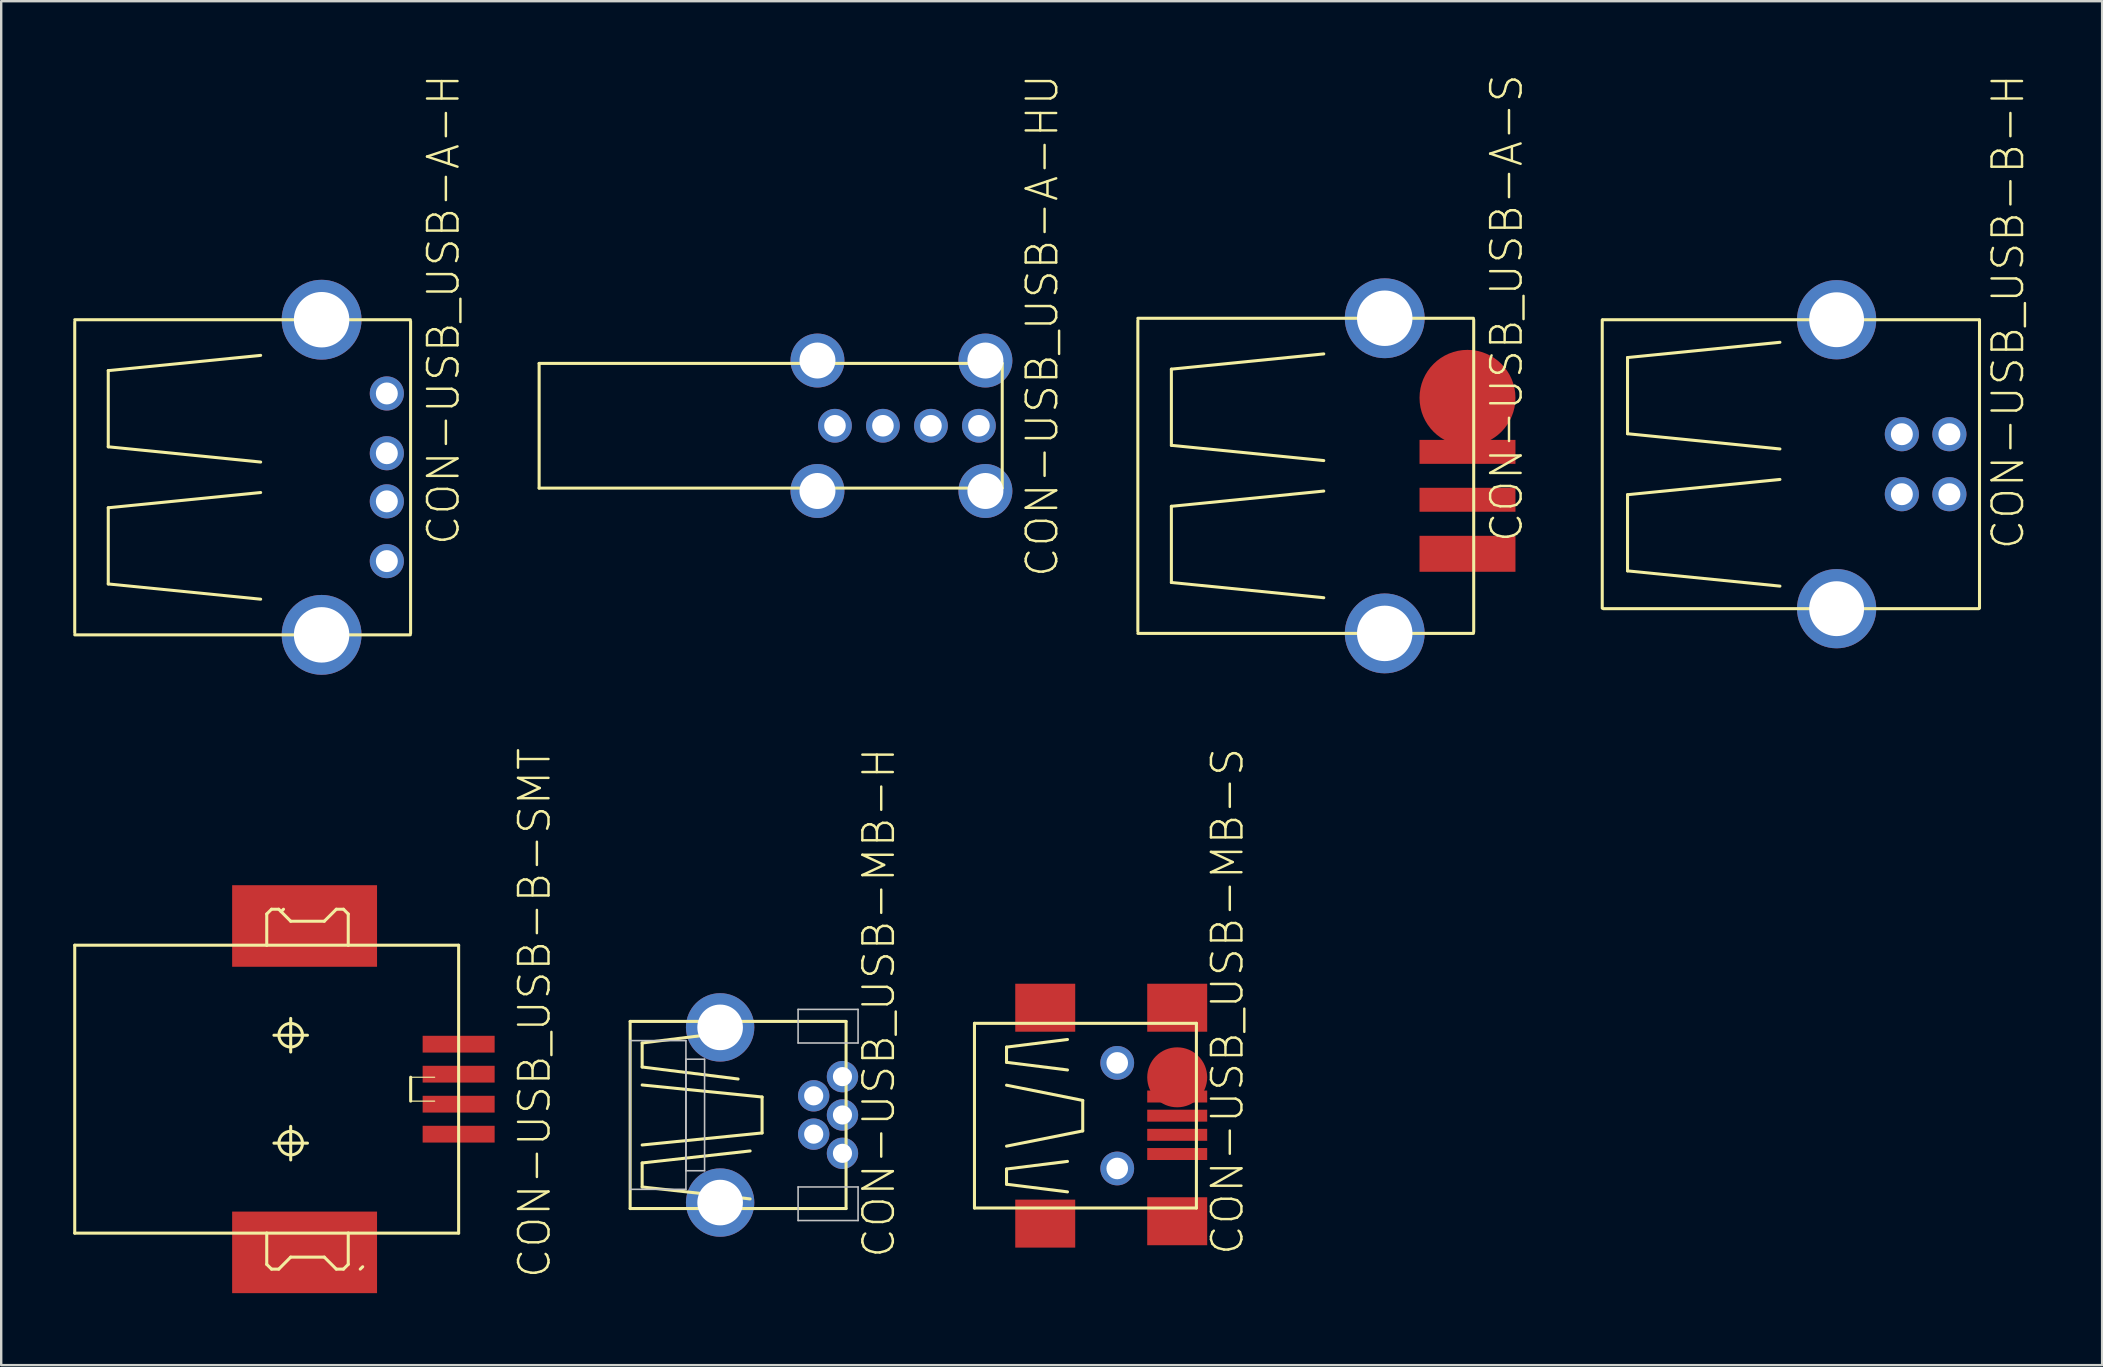
<source format=kicad_pcb>
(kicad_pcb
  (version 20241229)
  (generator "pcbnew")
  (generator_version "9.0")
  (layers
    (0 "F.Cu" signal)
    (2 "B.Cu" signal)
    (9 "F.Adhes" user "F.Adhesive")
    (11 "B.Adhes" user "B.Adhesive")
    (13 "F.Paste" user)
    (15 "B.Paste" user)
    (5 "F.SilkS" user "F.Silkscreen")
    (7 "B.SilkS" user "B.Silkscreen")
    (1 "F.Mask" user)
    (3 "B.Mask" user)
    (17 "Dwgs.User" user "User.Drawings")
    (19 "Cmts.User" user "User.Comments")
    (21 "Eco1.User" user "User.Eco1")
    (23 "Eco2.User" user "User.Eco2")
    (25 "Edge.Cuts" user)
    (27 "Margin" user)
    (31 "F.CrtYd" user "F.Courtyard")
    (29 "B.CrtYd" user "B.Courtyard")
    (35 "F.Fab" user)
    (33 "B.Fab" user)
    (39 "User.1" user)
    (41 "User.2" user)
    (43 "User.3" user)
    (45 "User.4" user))
  (footprint "CON-USB_USB-MB-S"
    (layer "F.Cu")
    (at 43.504 43.439)
    (property "Reference" "CON-USB_USB-MB-S" (at 4.592 -4.763 90) (layer "F.SilkS") (effects (font (size 1.27 1.27) (thickness 0.102))))
    (attr smd)
    (fp_line (start -5.949 -3.848) (end -5.949 3.848) (stroke (width 0.127) (type solid)) (layer "F.SilkS"))
    (fp_line (start -5.949 -3.848) (end 3.299 -3.848) (stroke (width 0.127) (type solid)) (layer "F.SilkS"))
    (fp_line (start -4.613 -2.857) (end -4.613 -2.223) (stroke (width 0.127) (type solid)) (layer "F.SilkS"))
    (fp_line (start -4.613 -2.223) (end -2.073 -1.905) (stroke (width 0.127) (type solid)) (layer "F.SilkS"))
    (fp_line (start -4.613 -1.27) (end -1.438 -0.635) (stroke (width 0.127) (type solid)) (layer "F.SilkS"))
    (fp_line (start -4.613 2.223) (end -2.073 1.905) (stroke (width 0.127) (type solid)) (layer "F.SilkS"))
    (fp_line (start -4.613 2.857) (end -4.613 2.223) (stroke (width 0.127) (type solid)) (layer "F.SilkS"))
    (fp_line (start -2.073 -3.175) (end -4.613 -2.857) (stroke (width 0.127) (type solid)) (layer "F.SilkS"))
    (fp_line (start -2.073 3.175) (end -4.613 2.857) (stroke (width 0.127) (type solid)) (layer "F.SilkS"))
    (fp_line (start -1.438 -0.635) (end -1.438 0.635) (stroke (width 0.127) (type solid)) (layer "F.SilkS"))
    (fp_line (start -1.438 0.635) (end -4.613 1.27) (stroke (width 0.127) (type solid)) (layer "F.SilkS"))
    (fp_line (start 3.299 -3.848) (end 3.299 3.848) (stroke (width 0.127) (type solid)) (layer "F.SilkS"))
    (fp_line (start 3.299 3.848) (end -5.949 3.848) (stroke (width 0.127) (type solid)) (layer "F.SilkS"))
    (pad "D+" smd rect (at 2.499 0) (size 2.499 0.498) (layers "F.Cu" "F.Mask" "F.Paste"))
    (pad "D-" smd rect (at 2.499 -0.798) (size 2.499 0.498) (layers "F.Cu" "F.Mask" "F.Paste"))
    (pad "GND" smd rect (at 2.499 1.598) (size 2.499 0.498) (layers "F.Cu" "F.Mask" "F.Paste"))
    (pad "ID" smd rect (at 2.499 0.798) (size 2.499 0.498) (layers "F.Cu" "F.Mask" "F.Paste"))
    (pad "P$1" smd rect (at -3 4.498) (size 2.499 1.999) (layers "F.Cu" "F.Mask" "F.Paste"))
    (pad "P$2" smd rect (at -3 -4.498) (size 2.499 1.999) (layers "F.Cu" "F.Mask" "F.Paste"))
    (pad "P$3" smd rect (at 2.499 4.399) (size 2.499 1.999) (layers "F.Cu" "F.Mask" "F.Paste"))
    (pad "P$4" smd rect (at 2.499 -4.498) (size 2.499 1.999) (layers "F.Cu" "F.Mask" "F.Paste"))
    (pad "P$5" thru_hole circle (at 0 -2.2) (size 1.407 1.407) (drill 0.899) (layers "*.Cu" "*.Paste" "*.Mask"))
    (pad "P$6" thru_hole circle (at 0 2.2) (size 1.407 1.407) (drill 0.899) (layers "*.Cu" "*.Paste" "*.Mask"))
    (pad "VBUS" smd circle (at 2.499 -1.598) (size 2.499 2.499) (layers "F.Cu" "F.Mask" "F.Paste")))
  (footprint "CON-USB_USB-B-SMT"
    (layer "F.Cu")
    (at 9.063 42.335)
    (property "Reference" "CON-USB_USB-B-SMT" (at 10.16 -3.175 270) (layer "F.SilkS") (effects (font (size 1.27 1.27) (thickness 0.102))))
    (attr smd)
    (fp_line (start -8.999 -5.999) (end -8.999 5.999) (stroke (width 0.127) (type solid)) (layer "F.SilkS"))
    (fp_line (start -8.999 5.999) (end -0.998 5.999) (stroke (width 0.127) (type solid)) (layer "F.SilkS"))
    (fp_line (start -0.998 -7.3) (end -0.798 -7.498) (stroke (width 0.127) (type solid)) (layer "F.SilkS"))
    (fp_line (start -0.998 -5.999) (end -8.999 -5.999) (stroke (width 0.127) (type solid)) (layer "F.SilkS"))
    (fp_line (start -0.998 -5.999) (end -0.998 -7.3) (stroke (width 0.127) (type solid)) (layer "F.SilkS"))
    (fp_line (start -0.998 5.999) (end -0.998 7.3) (stroke (width 0.127) (type solid)) (layer "F.SilkS"))
    (fp_line (start -0.998 5.999) (end 2.398 5.999) (stroke (width 0.127) (type solid)) (layer "F.SilkS"))
    (fp_line (start -0.998 7.3) (end -0.798 7.498) (stroke (width 0.127) (type solid)) (layer "F.SilkS"))
    (fp_line (start -0.798 -7.498) (end -0.498 -7.498) (stroke (width 0.127) (type solid)) (layer "F.SilkS"))
    (fp_line (start -0.798 7.498) (end -0.498 7.498) (stroke (width 0.127) (type solid)) (layer "F.SilkS"))
    (fp_line (start -0.699 -2.248) (end 0.699 -2.248) (stroke (width 0.127) (type solid)) (layer "F.SilkS"))
    (fp_line (start -0.699 2.248) (end 0.699 2.248) (stroke (width 0.127) (type solid)) (layer "F.SilkS"))
    (fp_line (start -0.498 -7.498) (end 0 -6.998) (stroke (width 0.127) (type solid)) (layer "F.SilkS"))
    (fp_line (start -0.498 7.498) (end 0 6.998) (stroke (width 0.127) (type solid)) (layer "F.SilkS"))
    (fp_line (start -0.399 -7.399) (end -0.3 -7.498) (stroke (width 0.127) (type solid)) (layer "F.SilkS"))
    (fp_line (start 0 -6.998) (end 1.4 -6.998) (stroke (width 0.127) (type solid)) (layer "F.SilkS"))
    (fp_line (start 0 -1.549) (end 0 -2.949) (stroke (width 0.127) (type solid)) (layer "F.SilkS"))
    (fp_line (start 0 2.949) (end 0 1.549) (stroke (width 0.127) (type solid)) (layer "F.SilkS"))
    (fp_line (start 1.4 6.998) (end 0 6.998) (stroke (width 0.127) (type solid)) (layer "F.SilkS"))
    (fp_line (start 1.9 -7.498) (end 1.4 -6.998) (stroke (width 0.127) (type solid)) (layer "F.SilkS"))
    (fp_line (start 1.9 7.498) (end 1.4 6.998) (stroke (width 0.127) (type solid)) (layer "F.SilkS"))
    (fp_line (start 2.2 -7.498) (end 1.9 -7.498) (stroke (width 0.127) (type solid)) (layer "F.SilkS"))
    (fp_line (start 2.2 7.498) (end 1.9 7.498) (stroke (width 0.127) (type solid)) (layer "F.SilkS"))
    (fp_line (start 2.2 7.498) (end 2.398 7.3) (stroke (width 0.127) (type solid)) (layer "F.SilkS"))
    (fp_line (start 2.398 -7.3) (end 2.2 -7.498) (stroke (width 0.127) (type solid)) (layer "F.SilkS"))
    (fp_line (start 2.398 -5.999) (end -0.998 -5.999) (stroke (width 0.127) (type solid)) (layer "F.SilkS"))
    (fp_line (start 2.398 -5.999) (end 2.398 -7.3) (stroke (width 0.127) (type solid)) (layer "F.SilkS"))
    (fp_line (start 2.398 5.999) (end 2.398 7.3) (stroke (width 0.127) (type solid)) (layer "F.SilkS"))
    (fp_line (start 2.398 5.999) (end 6.998 5.999) (stroke (width 0.127) (type solid)) (layer "F.SilkS"))
    (fp_line (start 3 7.399) (end 2.898 7.498) (stroke (width 0.127) (type solid)) (layer "F.SilkS"))
    (fp_line (start 4.999 -0.498) (end 4.999 0.498) (stroke (width 0.127) (type solid)) (layer "F.SilkS"))
    (fp_line (start 4.999 0.498) (end 5.999 0.498) (stroke (width 0.048) (type solid)) (layer "F.SilkS"))
    (fp_line (start 5.999 -0.498) (end 4.999 -0.498) (stroke (width 0.048) (type solid)) (layer "F.SilkS"))
    (fp_line (start 6.998 -5.999) (end 2.398 -5.999) (stroke (width 0.127) (type solid)) (layer "F.SilkS"))
    (fp_line (start 6.998 5.999) (end 6.998 -5.999) (stroke (width 0.127) (type solid)) (layer "F.SilkS"))
    (fp_circle (center 0 -2.248) (end -0.348 -2.596) (stroke (width 0.127) (type solid)) (fill no) (layer "F.SilkS"))
    (fp_circle (center 0 2.248) (end -0.348 2.596) (stroke (width 0.127) (type solid)) (fill no) (layer "F.SilkS"))
    (pad "5" smd rect (at 0.579 -6.8) (size 6.038 3.399) (layers "F.Cu" "F.Mask" "F.Paste"))
    (pad "6" smd rect (at 0.579 6.8) (size 6.038 3.399) (layers "F.Cu" "F.Mask" "F.Paste"))
    (pad "D+" smd rect (at 6.998 -1.875) (size 3 0.699) (layers "F.Cu" "F.Mask" "F.Paste"))
    (pad "D-" smd rect (at 6.998 -0.625) (size 3 0.699) (layers "F.Cu" "F.Mask" "F.Paste"))
    (pad "GND" smd rect (at 6.998 0.625) (size 3 0.699) (layers "F.Cu" "F.Mask" "F.Paste"))
    (pad "VUSB" smd rect (at 6.998 1.875) (size 3 0.699) (layers "F.Cu" "F.Mask" "F.Paste")))
  (footprint "CON-USB_USB-A-HU"
    (layer "F.Cu")
    (at 31.013 14.691)
    (property "Reference" "CON-USB_USB-A-HU" (at 9.365 -4.173 90) (layer "F.SilkS") (effects (font (size 1.27 1.27) (thickness 0.102))))
    (attr exclude_from_pos_files exclude_from_bom)
    (fp_line (start -11.598 -2.598) (end -11.598 2.598) (stroke (width 0.127) (type solid)) (layer "F.SilkS"))
    (fp_line (start -11.598 -2.598) (end 7.699 -2.598) (stroke (width 0.127) (type solid)) (layer "F.SilkS"))
    (fp_line (start -11.598 2.598) (end 7.699 2.598) (stroke (width 0.127) (type solid)) (layer "F.SilkS"))
    (fp_line (start 7.699 -2.598) (end 7.699 2.598) (stroke (width 0.127) (type solid)) (layer "F.SilkS"))
    (pad "D+" thru_hole circle (at 2.728 0) (size 1.407 1.407) (drill 0.899) (layers "*.Cu" "*.Paste" "*.Mask"))
    (pad "D-" thru_hole circle (at 4.729 0) (size 1.407 1.407) (drill 0.899) (layers "*.Cu" "*.Paste" "*.Mask"))
    (pad "GND" thru_hole circle (at 0.729 0) (size 1.407 1.407) (drill 0.899) (layers "*.Cu" "*.Paste" "*.Mask"))
    (pad "P$5" thru_hole circle (at 0 -2.718) (size 2.248 2.248) (drill 1.499) (layers "*.Cu" "*.Paste" "*.Mask"))
    (pad "P$6" thru_hole circle (at 0 2.718) (size 2.248 2.248) (drill 1.499) (layers "*.Cu" "*.Paste" "*.Mask"))
    (pad "P$7" thru_hole circle (at 6.998 -2.718) (size 2.248 2.248) (drill 1.499) (layers "*.Cu" "*.Paste" "*.Mask"))
    (pad "P$8" thru_hole circle (at 6.998 2.718) (size 2.248 2.248) (drill 1.499) (layers "*.Cu" "*.Paste" "*.Mask"))
    (pad "VBUS" thru_hole circle (at 6.728 0) (size 1.407 1.407) (drill 0.899) (layers "*.Cu" "*.Paste" "*.Mask")))
  (footprint "CON-USB_USB-MB-H"
    (layer "F.Cu")
    (at 26.957 43.41)
    (property "Reference" "CON-USB_USB-MB-H" (at 6.614 -4.674 90) (layer "F.SilkS") (effects (font (size 1.27 1.27) (thickness 0.102))))
    (attr exclude_from_pos_files exclude_from_bom)
    (fp_line (start -3.749 -3.899) (end -3.749 3.899) (stroke (width 0.127) (type solid)) (layer "F.SilkS"))
    (fp_line (start -3.749 -3.899) (end 5.248 -3.899) (stroke (width 0.127) (type solid)) (layer "F.SilkS"))
    (fp_line (start -3.749 3.899) (end 5.248 3.899) (stroke (width 0.127) (type solid)) (layer "F.SilkS"))
    (fp_line (start -3.249 -3) (end -3.249 -1.999) (stroke (width 0.127) (type solid)) (layer "F.SilkS"))
    (fp_line (start -3.249 -1.999) (end 0.749 -1.499) (stroke (width 0.127) (type solid)) (layer "F.SilkS"))
    (fp_line (start -3.249 -1.25) (end 1.748 -0.749) (stroke (width 0.127) (type solid)) (layer "F.SilkS"))
    (fp_line (start -3.249 1.999) (end 1.25 1.499) (stroke (width 0.127) (type solid)) (layer "F.SilkS"))
    (fp_line (start -3.249 3) (end -3.249 1.999) (stroke (width 0.127) (type solid)) (layer "F.SilkS"))
    (fp_line (start 0.749 -3.498) (end -3.249 -3) (stroke (width 0.127) (type solid)) (layer "F.SilkS"))
    (fp_line (start 1.25 3.498) (end -3.249 3) (stroke (width 0.127) (type solid)) (layer "F.SilkS"))
    (fp_line (start 1.748 -0.749) (end 1.748 0.749) (stroke (width 0.127) (type solid)) (layer "F.SilkS"))
    (fp_line (start 1.748 0.749) (end -3.249 1.25) (stroke (width 0.127) (type solid)) (layer "F.SilkS"))
    (fp_line (start 5.248 -3.899) (end 5.248 3.899) (stroke (width 0.127) (type solid)) (layer "F.SilkS"))
    (fp_line (start -3.749 -3.099) (end -1.425 -3.099) (stroke (width 0.066) (type solid)) (layer "Dwgs.User"))
    (fp_line (start -3.749 3.099) (end -3.749 -3.099) (stroke (width 0.066) (type solid)) (layer "Dwgs.User"))
    (fp_line (start -3.749 3.099) (end -1.425 3.099) (stroke (width 0.066) (type solid)) (layer "Dwgs.User"))
    (fp_line (start -1.425 -2.324) (end -0.648 -2.324) (stroke (width 0.066) (type solid)) (layer "Dwgs.User"))
    (fp_line (start -1.425 2.324) (end -1.425 -2.324) (stroke (width 0.066) (type solid)) (layer "Dwgs.User"))
    (fp_line (start -1.425 2.324) (end -0.648 2.324) (stroke (width 0.066) (type solid)) (layer "Dwgs.User"))
    (fp_line (start -1.425 3.099) (end -1.425 -3.099) (stroke (width 0.066) (type solid)) (layer "Dwgs.User"))
    (fp_line (start -0.648 2.324) (end -0.648 -2.324) (stroke (width 0.066) (type solid)) (layer "Dwgs.User"))
    (fp_line (start 3.249 -4.399) (end 5.748 -4.399) (stroke (width 0.066) (type solid)) (layer "Dwgs.User"))
    (fp_line (start 3.249 -3) (end 3.249 -4.399) (stroke (width 0.066) (type solid)) (layer "Dwgs.User"))
    (fp_line (start 3.249 -3) (end 5.748 -3) (stroke (width 0.066) (type solid)) (layer "Dwgs.User"))
    (fp_line (start 3.249 3) (end 5.748 3) (stroke (width 0.066) (type solid)) (layer "Dwgs.User"))
    (fp_line (start 3.249 4.399) (end 3.249 3) (stroke (width 0.066) (type solid)) (layer "Dwgs.User"))
    (fp_line (start 3.249 4.399) (end 5.748 4.399) (stroke (width 0.066) (type solid)) (layer "Dwgs.User"))
    (fp_line (start 5.748 -3) (end 5.748 -4.399) (stroke (width 0.066) (type solid)) (layer "Dwgs.User"))
    (fp_line (start 5.748 4.399) (end 5.748 3) (stroke (width 0.066) (type solid)) (layer "Dwgs.User"))
    (pad "D+" thru_hole circle (at 5.098 0) (size 1.306 1.306) (drill 0.798) (layers "*.Cu" "*.Paste" "*.Mask"))
    (pad "D-" thru_hole circle (at 3.899 -0.798) (size 1.306 1.306) (drill 0.798) (layers "*.Cu" "*.Paste" "*.Mask"))
    (pad "GND" thru_hole circle (at 5.098 1.598) (size 1.306 1.306) (drill 0.798) (layers "*.Cu" "*.Paste" "*.Mask"))
    (pad "ID" thru_hole circle (at 3.899 0.798) (size 1.306 1.306) (drill 0.798) (layers "*.Cu" "*.Paste" "*.Mask"))
    (pad "P$6" thru_hole circle (at 0 3.65) (size 2.85 2.85) (drill 1.9) (layers "*.Cu" "*.Paste" "*.Mask"))
    (pad "P$7" thru_hole circle (at 0 -3.65) (size 2.85 2.85) (drill 1.9) (layers "*.Cu" "*.Paste" "*.Mask"))
    (pad "VBUS" thru_hole circle (at 5.098 -1.598) (size 1.306 1.306) (drill 0.798) (layers "*.Cu" "*.Paste" "*.Mask")))
  (footprint "CON-USB_USB-A-S"
    (layer "F.Cu")
    (at 54.65 16.777)
    (property "Reference" "CON-USB_USB-A-S" (at 5.08 -6.985 90) (layer "F.SilkS") (effects (font (size 1.27 1.27) (thickness 0.102))))
    (attr smd)
    (fp_line (start -10.287 -6.477) (end -10.287 6.477) (stroke (width 0.127) (type solid)) (layer "F.SilkS"))
    (fp_line (start -8.89 -4.445) (end -8.89 -1.27) (stroke (width 0.127) (type solid)) (layer "F.SilkS"))
    (fp_line (start -8.89 -1.27) (end -2.54 -0.635) (stroke (width 0.127) (type solid)) (layer "F.SilkS"))
    (fp_line (start -8.89 1.27) (end -2.54 0.635) (stroke (width 0.127) (type solid)) (layer "F.SilkS"))
    (fp_line (start -8.89 4.445) (end -8.89 1.27) (stroke (width 0.127) (type solid)) (layer "F.SilkS"))
    (fp_line (start -2.54 -5.08) (end -8.89 -4.445) (stroke (width 0.127) (type solid)) (layer "F.SilkS"))
    (fp_line (start -2.54 5.08) (end -8.89 4.445) (stroke (width 0.127) (type solid)) (layer "F.SilkS"))
    (fp_line (start 3.696 -6.566) (end -10.287 -6.566) (stroke (width 0.127) (type solid)) (layer "F.SilkS"))
    (fp_line (start 3.696 6.566) (end -10.287 6.566) (stroke (width 0.127) (type solid)) (layer "F.SilkS"))
    (fp_line (start 3.708 -6.502) (end 3.708 6.502) (stroke (width 0.127) (type solid)) (layer "F.SilkS"))
    (pad "D+" smd rect (at 3.449 0.998) (size 3.998 0.998) (layers "F.Cu" "F.Mask" "F.Paste"))
    (pad "D-" smd rect (at 3.449 -0.998) (size 3.998 0.998) (layers "F.Cu" "F.Mask" "F.Paste"))
    (pad "GND" smd rect (at 3.449 3.249) (size 3.998 1.499) (layers "F.Cu" "F.Mask" "F.Paste"))
    (pad "P$5" thru_hole circle (at 0 6.566) (size 3.327 3.327) (drill 2.311) (layers "*.Cu" "*.Paste" "*.Mask"))
    (pad "P$6" thru_hole circle (at 0 -6.566) (size 3.327 3.327) (drill 2.311) (layers "*.Cu" "*.Paste" "*.Mask"))
    (pad "VBUS" smd circle (at 3.449 -3.249) (size 3.998 3.998) (layers "F.Cu" "F.Mask" "F.Paste")))
  (footprint "CON-USB_USB-B-H"
    (layer "F.Cu")
    (at 76.198 16.293)
    (property "Reference" "CON-USB_USB-B-H" (at 4.425 -6.35 90) (layer "F.SilkS") (effects (font (size 1.27 1.27) (thickness 0.102))))
    (attr exclude_from_pos_files exclude_from_bom)
    (fp_line (start -12.484 -6.012) (end -12.484 5.999) (stroke (width 0.127) (type solid)) (layer "F.SilkS"))
    (fp_line (start -11.43 -4.445) (end -11.43 -1.27) (stroke (width 0.127) (type solid)) (layer "F.SilkS"))
    (fp_line (start -11.43 -1.27) (end -5.08 -0.635) (stroke (width 0.127) (type solid)) (layer "F.SilkS"))
    (fp_line (start -11.43 1.27) (end -5.08 0.635) (stroke (width 0.127) (type solid)) (layer "F.SilkS"))
    (fp_line (start -11.43 4.445) (end -11.43 1.27) (stroke (width 0.127) (type solid)) (layer "F.SilkS"))
    (fp_line (start -5.08 -5.08) (end -11.43 -4.445) (stroke (width 0.127) (type solid)) (layer "F.SilkS"))
    (fp_line (start -5.08 5.08) (end -11.43 4.445) (stroke (width 0.127) (type solid)) (layer "F.SilkS"))
    (fp_line (start 3.205 6.02) (end -12.438 6.02) (stroke (width 0.127) (type solid)) (layer "F.SilkS"))
    (fp_line (start 3.231 -6.02) (end -12.464 -6.02) (stroke (width 0.127) (type solid)) (layer "F.SilkS"))
    (fp_line (start 3.236 -6.012) (end 3.236 5.999) (stroke (width 0.127) (type solid)) (layer "F.SilkS"))
    (pad "D+" thru_hole circle (at 0 -1.25) (size 1.422 1.422) (drill 0.914) (layers "*.Cu" "*.Paste" "*.Mask"))
    (pad "D-" thru_hole circle (at 1.981 -1.25) (size 1.422 1.422) (drill 0.914) (layers "*.Cu" "*.Paste" "*.Mask"))
    (pad "GND" thru_hole circle (at 0 1.25) (size 1.422 1.422) (drill 0.914) (layers "*.Cu" "*.Paste" "*.Mask"))
    (pad "P$1" thru_hole circle (at -2.718 6.02) (size 3.302 3.302) (drill 2.286) (layers "*.Cu" "*.Paste" "*.Mask"))
    (pad "P$2" thru_hole circle (at -2.718 -6.02) (size 3.302 3.302) (drill 2.286) (layers "*.Cu" "*.Paste" "*.Mask"))
    (pad "VBUS" thru_hole circle (at 1.981 1.25) (size 1.422 1.422) (drill 0.914) (layers "*.Cu" "*.Paste" "*.Mask")))
  (footprint "CON-USB_USB-A-H"
    (layer "F.Cu")
    (at 10.351 16.838)
    (property "Reference" "CON-USB_USB-A-H" (at 5.08 -6.985 90) (layer "F.SilkS") (effects (font (size 1.27 1.27) (thickness 0.102))))
    (attr exclude_from_pos_files exclude_from_bom)
    (fp_line (start -10.287 -6.477) (end -10.287 6.477) (stroke (width 0.127) (type solid)) (layer "F.SilkS"))
    (fp_line (start -8.89 -4.445) (end -8.89 -1.27) (stroke (width 0.127) (type solid)) (layer "F.SilkS"))
    (fp_line (start -8.89 -1.27) (end -2.54 -0.635) (stroke (width 0.127) (type solid)) (layer "F.SilkS"))
    (fp_line (start -8.89 1.27) (end -2.54 0.635) (stroke (width 0.127) (type solid)) (layer "F.SilkS"))
    (fp_line (start -8.89 4.445) (end -8.89 1.27) (stroke (width 0.127) (type solid)) (layer "F.SilkS"))
    (fp_line (start -2.54 -5.08) (end -8.89 -4.445) (stroke (width 0.127) (type solid)) (layer "F.SilkS"))
    (fp_line (start -2.54 5.08) (end -8.89 4.445) (stroke (width 0.127) (type solid)) (layer "F.SilkS"))
    (fp_line (start 3.696 -6.566) (end -10.287 -6.566) (stroke (width 0.127) (type solid)) (layer "F.SilkS"))
    (fp_line (start 3.696 6.566) (end -10.287 6.566) (stroke (width 0.127) (type solid)) (layer "F.SilkS"))
    (fp_line (start 3.708 -6.502) (end 3.708 6.502) (stroke (width 0.127) (type solid)) (layer "F.SilkS"))
    (pad "D+" thru_hole circle (at 2.718 1.003) (size 1.422 1.422) (drill 0.914) (layers "*.Cu" "*.Paste" "*.Mask"))
    (pad "D-" thru_hole circle (at 2.718 -1.003) (size 1.422 1.422) (drill 0.914) (layers "*.Cu" "*.Paste" "*.Mask"))
    (pad "GND" thru_hole circle (at 2.718 3.493) (size 1.422 1.422) (drill 0.914) (layers "*.Cu" "*.Paste" "*.Mask"))
    (pad "P$5" thru_hole circle (at 0 6.566) (size 3.327 3.327) (drill 2.311) (layers "*.Cu" "*.Paste" "*.Mask"))
    (pad "P$6" thru_hole circle (at 0 -6.566) (size 3.327 3.327) (drill 2.311) (layers "*.Cu" "*.Paste" "*.Mask"))
    (pad "VBUS" thru_hole circle (at 2.718 -3.493) (size 1.422 1.422) (drill 0.914) (layers "*.Cu" "*.Paste" "*.Mask")))
  (gr_rect
    (start -3 -3)
    (end 84.544 53.834)
    (stroke (width 0.1) (type default))
    (fill no)
    (layer "Edge.Cuts")))
</source>
